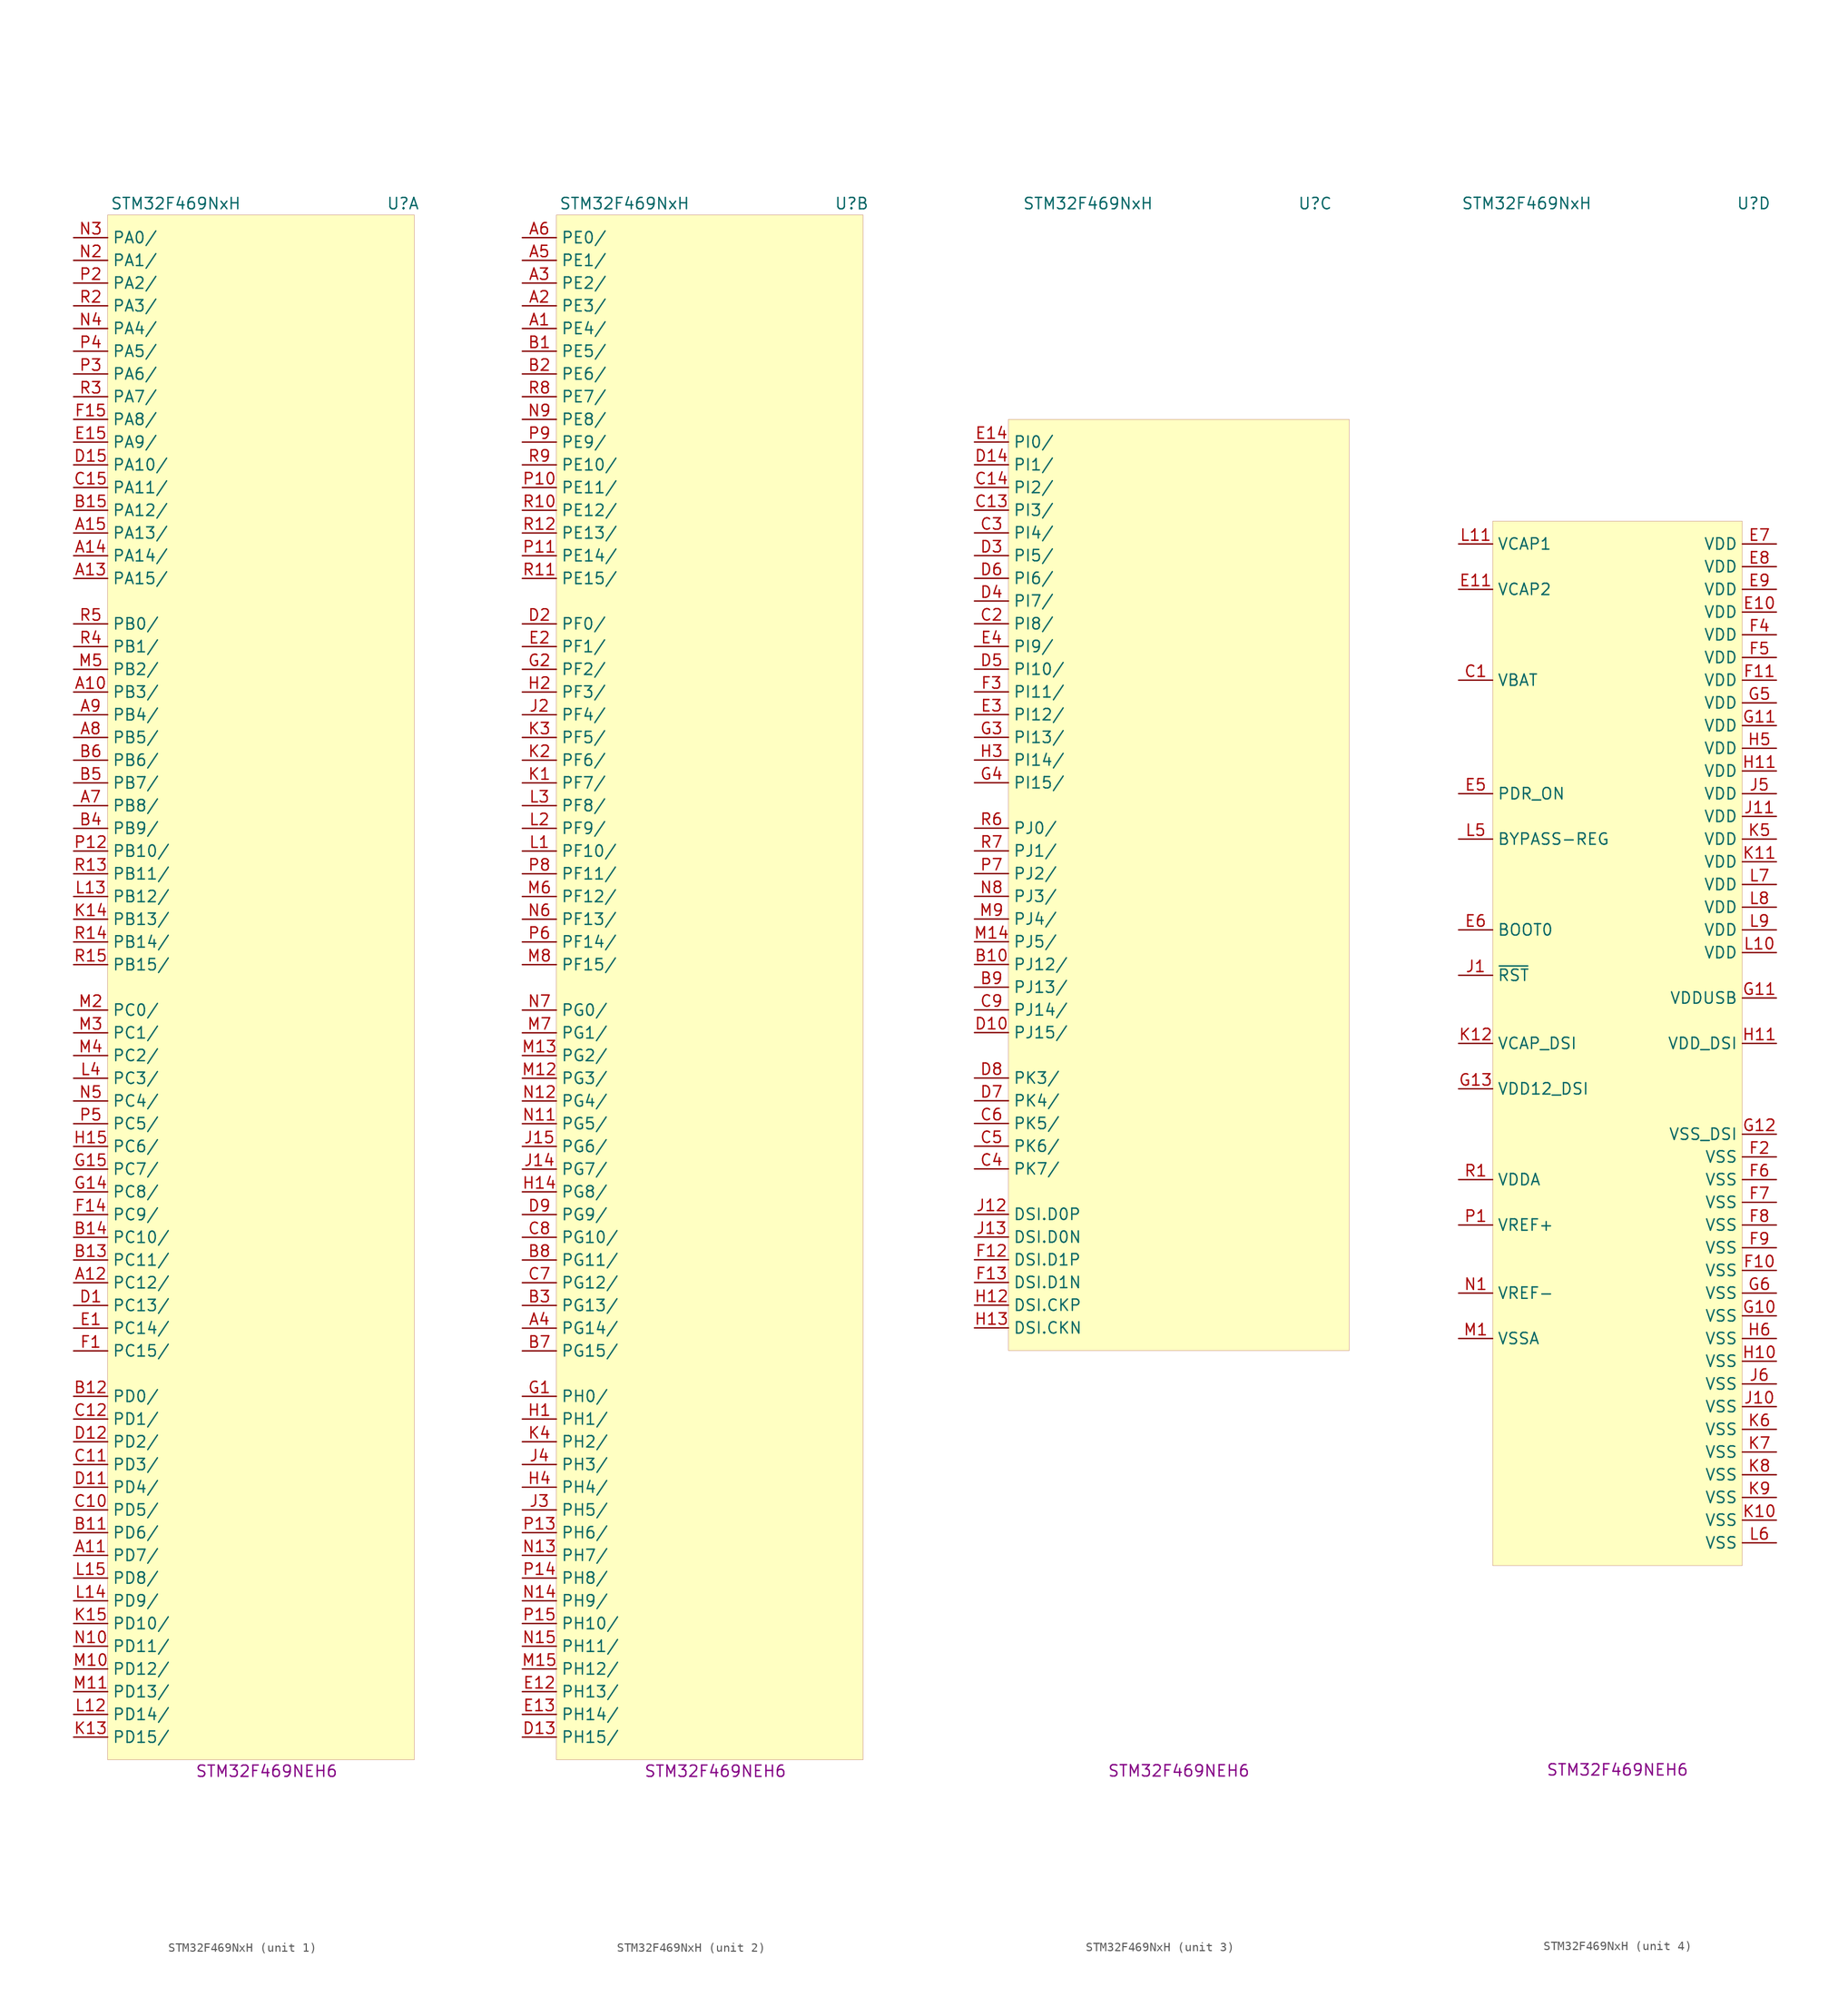
<source format=kicad_sym>
(kicad_symbol_lib
  (version 20231120)
  (generator "kicad_symbol_editor")
  (generator_version "8.0")
  (symbol "STM32F469NxH"
    (property "Reference" "U"
      (at 15.24 87.63 0)
      (effects (font (size 1.27 1.27))))
    (property "Value" "STM32F469NxH"
      (at -10.16 87.63 0)
      (effects (font (size 1.27 1.27))))
    (property "MPN" "STM32F469NEH6"
      (at 0 -87.63 0)
      (effects (font (size 1.27 1.27))))
    (property "ki_locked" ""
      (at 0 0 0)
      (effects (font (size 1.27 1.27))))
    (symbol "STM32F469NxH_1_1"
      (rectangle (start -17.78 86.36) (end 16.51 -86.36) (stroke (width 0.001) (type default)) (fill (type background)))
      (pin bidirectional line (at -21.59 33.02 0) (length 3.81) (name "PB3/" (effects (font (size 1.27 1.27)))) (number "A10" (effects (font (size 1.27 1.27)))))
      (pin bidirectional line (at -21.59 -63.5 0) (length 3.81) (name "PD7/" (effects (font (size 1.27 1.27)))) (number "A11" (effects (font (size 1.27 1.27)))))
      (pin bidirectional line (at -21.59 -33.02 0) (length 3.81) (name "PC12/" (effects (font (size 1.27 1.27)))) (number "A12" (effects (font (size 1.27 1.27)))))
      (pin bidirectional line (at -21.59 45.72 0) (length 3.81) (name "PA15/" (effects (font (size 1.27 1.27)))) (number "A13" (effects (font (size 1.27 1.27)))))
      (pin bidirectional line (at -21.59 48.26 0) (length 3.81) (name "PA14/" (effects (font (size 1.27 1.27)))) (number "A14" (effects (font (size 1.27 1.27)))))
      (pin bidirectional line (at -21.59 50.8 0) (length 3.81) (name "PA13/" (effects (font (size 1.27 1.27)))) (number "A15" (effects (font (size 1.27 1.27)))))
      (pin bidirectional line (at -21.59 20.32 0) (length 3.81) (name "PB8/" (effects (font (size 1.27 1.27)))) (number "A7" (effects (font (size 1.27 1.27)))))
      (pin bidirectional line (at -21.59 27.94 0) (length 3.81) (name "PB5/" (effects (font (size 1.27 1.27)))) (number "A8" (effects (font (size 1.27 1.27)))))
      (pin bidirectional line (at -21.59 30.48 0) (length 3.81) (name "PB4/" (effects (font (size 1.27 1.27)))) (number "A9" (effects (font (size 1.27 1.27)))))
      (pin bidirectional line (at -21.59 -60.96 0) (length 3.81) (name "PD6/" (effects (font (size 1.27 1.27)))) (number "B11" (effects (font (size 1.27 1.27)))))
      (pin bidirectional line (at -21.59 -45.72 0) (length 3.81) (name "PD0/" (effects (font (size 1.27 1.27)))) (number "B12" (effects (font (size 1.27 1.27)))))
      (pin bidirectional line (at -21.59 -30.48 0) (length 3.81) (name "PC11/" (effects (font (size 1.27 1.27)))) (number "B13" (effects (font (size 1.27 1.27)))))
      (pin bidirectional line (at -21.59 -27.94 0) (length 3.81) (name "PC10/" (effects (font (size 1.27 1.27)))) (number "B14" (effects (font (size 1.27 1.27)))))
      (pin bidirectional line (at -21.59 53.34 0) (length 3.81) (name "PA12/" (effects (font (size 1.27 1.27)))) (number "B15" (effects (font (size 1.27 1.27)))))
      (pin bidirectional line (at -21.59 17.78 0) (length 3.81) (name "PB9/" (effects (font (size 1.27 1.27)))) (number "B4" (effects (font (size 1.27 1.27)))))
      (pin bidirectional line (at -21.59 22.86 0) (length 3.81) (name "PB7/" (effects (font (size 1.27 1.27)))) (number "B5" (effects (font (size 1.27 1.27)))))
      (pin bidirectional line (at -21.59 25.4 0) (length 3.81) (name "PB6/" (effects (font (size 1.27 1.27)))) (number "B6" (effects (font (size 1.27 1.27)))))
      (pin bidirectional line (at -21.59 -58.42 0) (length 3.81) (name "PD5/" (effects (font (size 1.27 1.27)))) (number "C10" (effects (font (size 1.27 1.27)))))
      (pin bidirectional line (at -21.59 -53.34 0) (length 3.81) (name "PD3/" (effects (font (size 1.27 1.27)))) (number "C11" (effects (font (size 1.27 1.27)))))
      (pin bidirectional line (at -21.59 -48.26 0) (length 3.81) (name "PD1/" (effects (font (size 1.27 1.27)))) (number "C12" (effects (font (size 1.27 1.27)))))
      (pin bidirectional line (at -21.59 55.88 0) (length 3.81) (name "PA11/" (effects (font (size 1.27 1.27)))) (number "C15" (effects (font (size 1.27 1.27)))))
      (pin bidirectional line (at -21.59 -35.56 0) (length 3.81) (name "PC13/" (effects (font (size 1.27 1.27)))) (number "D1" (effects (font (size 1.27 1.27)))))
      (pin bidirectional line (at -21.59 -55.88 0) (length 3.81) (name "PD4/" (effects (font (size 1.27 1.27)))) (number "D11" (effects (font (size 1.27 1.27)))))
      (pin bidirectional line (at -21.59 -50.8 0) (length 3.81) (name "PD2/" (effects (font (size 1.27 1.27)))) (number "D12" (effects (font (size 1.27 1.27)))))
      (pin bidirectional line (at -21.59 58.42 0) (length 3.81) (name "PA10/" (effects (font (size 1.27 1.27)))) (number "D15" (effects (font (size 1.27 1.27)))))
      (pin bidirectional line (at -21.59 -38.1 0) (length 3.81) (name "PC14/" (effects (font (size 1.27 1.27)))) (number "E1" (effects (font (size 1.27 1.27)))))
      (pin bidirectional line (at -21.59 60.96 0) (length 3.81) (name "PA9/" (effects (font (size 1.27 1.27)))) (number "E15" (effects (font (size 1.27 1.27)))))
      (pin bidirectional line (at -21.59 -40.64 0) (length 3.81) (name "PC15/" (effects (font (size 1.27 1.27)))) (number "F1" (effects (font (size 1.27 1.27)))))
      (pin bidirectional line (at -21.59 -25.4 0) (length 3.81) (name "PC9/" (effects (font (size 1.27 1.27)))) (number "F14" (effects (font (size 1.27 1.27)))))
      (pin bidirectional line (at -21.59 63.5 0) (length 3.81) (name "PA8/" (effects (font (size 1.27 1.27)))) (number "F15" (effects (font (size 1.27 1.27)))))
      (pin bidirectional line (at -21.59 -22.86 0) (length 3.81) (name "PC8/" (effects (font (size 1.27 1.27)))) (number "G14" (effects (font (size 1.27 1.27)))))
      (pin bidirectional line (at -21.59 -20.32 0) (length 3.81) (name "PC7/" (effects (font (size 1.27 1.27)))) (number "G15" (effects (font (size 1.27 1.27)))))
      (pin bidirectional line (at -21.59 -17.78 0) (length 3.81) (name "PC6/" (effects (font (size 1.27 1.27)))) (number "H15" (effects (font (size 1.27 1.27)))))
      (pin bidirectional line (at -21.59 -83.82 0) (length 3.81) (name "PD15/" (effects (font (size 1.27 1.27)))) (number "K13" (effects (font (size 1.27 1.27)))))
      (pin bidirectional line (at -21.59 7.62 0) (length 3.81) (name "PB13/" (effects (font (size 1.27 1.27)))) (number "K14" (effects (font (size 1.27 1.27)))))
      (pin bidirectional line (at -21.59 -71.12 0) (length 3.81) (name "PD10/" (effects (font (size 1.27 1.27)))) (number "K15" (effects (font (size 1.27 1.27)))))
      (pin bidirectional line (at -21.59 -81.28 0) (length 3.81) (name "PD14/" (effects (font (size 1.27 1.27)))) (number "L12" (effects (font (size 1.27 1.27)))))
      (pin bidirectional line (at -21.59 10.16 0) (length 3.81) (name "PB12/" (effects (font (size 1.27 1.27)))) (number "L13" (effects (font (size 1.27 1.27)))))
      (pin bidirectional line (at -21.59 -68.58 0) (length 3.81) (name "PD9/" (effects (font (size 1.27 1.27)))) (number "L14" (effects (font (size 1.27 1.27)))))
      (pin bidirectional line (at -21.59 -66.04 0) (length 3.81) (name "PD8/" (effects (font (size 1.27 1.27)))) (number "L15" (effects (font (size 1.27 1.27)))))
      (pin bidirectional line (at -21.59 -10.16 0) (length 3.81) (name "PC3/" (effects (font (size 1.27 1.27)))) (number "L4" (effects (font (size 1.27 1.27)))))
      (pin bidirectional line (at -21.59 -76.2 0) (length 3.81) (name "PD12/" (effects (font (size 1.27 1.27)))) (number "M10" (effects (font (size 1.27 1.27)))))
      (pin bidirectional line (at -21.59 -78.74 0) (length 3.81) (name "PD13/" (effects (font (size 1.27 1.27)))) (number "M11" (effects (font (size 1.27 1.27)))))
      (pin bidirectional line (at -21.59 -2.54 0) (length 3.81) (name "PC0/" (effects (font (size 1.27 1.27)))) (number "M2" (effects (font (size 1.27 1.27)))))
      (pin bidirectional line (at -21.59 -5.08 0) (length 3.81) (name "PC1/" (effects (font (size 1.27 1.27)))) (number "M3" (effects (font (size 1.27 1.27)))))
      (pin bidirectional line (at -21.59 -7.62 0) (length 3.81) (name "PC2/" (effects (font (size 1.27 1.27)))) (number "M4" (effects (font (size 1.27 1.27)))))
      (pin bidirectional line (at -21.59 35.56 0) (length 3.81) (name "PB2/" (effects (font (size 1.27 1.27)))) (number "M5" (effects (font (size 1.27 1.27)))))
      (pin bidirectional line (at -21.59 -73.66 0) (length 3.81) (name "PD11/" (effects (font (size 1.27 1.27)))) (number "N10" (effects (font (size 1.27 1.27)))))
      (pin bidirectional line (at -21.59 81.28 0) (length 3.81) (name "PA1/" (effects (font (size 1.27 1.27)))) (number "N2" (effects (font (size 1.27 1.27)))))
      (pin bidirectional line (at -21.59 83.82 0) (length 3.81) (name "PA0/" (effects (font (size 1.27 1.27)))) (number "N3" (effects (font (size 1.27 1.27)))))
      (pin bidirectional line (at -21.59 73.66 0) (length 3.81) (name "PA4/" (effects (font (size 1.27 1.27)))) (number "N4" (effects (font (size 1.27 1.27)))))
      (pin bidirectional line (at -21.59 -12.7 0) (length 3.81) (name "PC4/" (effects (font (size 1.27 1.27)))) (number "N5" (effects (font (size 1.27 1.27)))))
      (pin bidirectional line (at -21.59 15.24 0) (length 3.81) (name "PB10/" (effects (font (size 1.27 1.27)))) (number "P12" (effects (font (size 1.27 1.27)))))
      (pin bidirectional line (at -21.59 78.74 0) (length 3.81) (name "PA2/" (effects (font (size 1.27 1.27)))) (number "P2" (effects (font (size 1.27 1.27)))))
      (pin bidirectional line (at -21.59 68.58 0) (length 3.81) (name "PA6/" (effects (font (size 1.27 1.27)))) (number "P3" (effects (font (size 1.27 1.27)))))
      (pin bidirectional line (at -21.59 71.12 0) (length 3.81) (name "PA5/" (effects (font (size 1.27 1.27)))) (number "P4" (effects (font (size 1.27 1.27)))))
      (pin bidirectional line (at -21.59 -15.24 0) (length 3.81) (name "PC5/" (effects (font (size 1.27 1.27)))) (number "P5" (effects (font (size 1.27 1.27)))))
      (pin bidirectional line (at -21.59 12.7 0) (length 3.81) (name "PB11/" (effects (font (size 1.27 1.27)))) (number "R13" (effects (font (size 1.27 1.27)))))
      (pin bidirectional line (at -21.59 5.08 0) (length 3.81) (name "PB14/" (effects (font (size 1.27 1.27)))) (number "R14" (effects (font (size 1.27 1.27)))))
      (pin bidirectional line (at -21.59 2.54 0) (length 3.81) (name "PB15/" (effects (font (size 1.27 1.27)))) (number "R15" (effects (font (size 1.27 1.27)))))
      (pin bidirectional line (at -21.59 76.2 0) (length 3.81) (name "PA3/" (effects (font (size 1.27 1.27)))) (number "R2" (effects (font (size 1.27 1.27)))))
      (pin bidirectional line (at -21.59 66.04 0) (length 3.81) (name "PA7/" (effects (font (size 1.27 1.27)))) (number "R3" (effects (font (size 1.27 1.27)))))
      (pin bidirectional line (at -21.59 38.1 0) (length 3.81) (name "PB1/" (effects (font (size 1.27 1.27)))) (number "R4" (effects (font (size 1.27 1.27)))))
      (pin bidirectional line (at -21.59 40.64 0) (length 3.81) (name "PB0/" (effects (font (size 1.27 1.27)))) (number "R5" (effects (font (size 1.27 1.27))))))
    (symbol "STM32F469NxH_2_1"
      (rectangle (start -17.78 86.36) (end 16.51 -86.36) (stroke (width 0.001) (type default)) (fill (type background)))
      (pin bidirectional line (at -21.59 73.66 0) (length 3.81) (name "PE4/" (effects (font (size 1.27 1.27)))) (number "A1" (effects (font (size 1.27 1.27)))))
      (pin bidirectional line (at -21.59 76.2 0) (length 3.81) (name "PE3/" (effects (font (size 1.27 1.27)))) (number "A2" (effects (font (size 1.27 1.27)))))
      (pin bidirectional line (at -21.59 78.74 0) (length 3.81) (name "PE2/" (effects (font (size 1.27 1.27)))) (number "A3" (effects (font (size 1.27 1.27)))))
      (pin bidirectional line (at -21.59 -38.1 0) (length 3.81) (name "PG14/" (effects (font (size 1.27 1.27)))) (number "A4" (effects (font (size 1.27 1.27)))))
      (pin bidirectional line (at -21.59 81.28 0) (length 3.81) (name "PE1/" (effects (font (size 1.27 1.27)))) (number "A5" (effects (font (size 1.27 1.27)))))
      (pin bidirectional line (at -21.59 83.82 0) (length 3.81) (name "PE0/" (effects (font (size 1.27 1.27)))) (number "A6" (effects (font (size 1.27 1.27)))))
      (pin bidirectional line (at -21.59 71.12 0) (length 3.81) (name "PE5/" (effects (font (size 1.27 1.27)))) (number "B1" (effects (font (size 1.27 1.27)))))
      (pin bidirectional line (at -21.59 68.58 0) (length 3.81) (name "PE6/" (effects (font (size 1.27 1.27)))) (number "B2" (effects (font (size 1.27 1.27)))))
      (pin bidirectional line (at -21.59 -35.56 0) (length 3.81) (name "PG13/" (effects (font (size 1.27 1.27)))) (number "B3" (effects (font (size 1.27 1.27)))))
      (pin bidirectional line (at -21.59 -40.64 0) (length 3.81) (name "PG15/" (effects (font (size 1.27 1.27)))) (number "B7" (effects (font (size 1.27 1.27)))))
      (pin bidirectional line (at -21.59 -30.48 0) (length 3.81) (name "PG11/" (effects (font (size 1.27 1.27)))) (number "B8" (effects (font (size 1.27 1.27)))))
      (pin bidirectional line (at -21.59 -33.02 0) (length 3.81) (name "PG12/" (effects (font (size 1.27 1.27)))) (number "C7" (effects (font (size 1.27 1.27)))))
      (pin bidirectional line (at -21.59 -27.94 0) (length 3.81) (name "PG10/" (effects (font (size 1.27 1.27)))) (number "C8" (effects (font (size 1.27 1.27)))))
      (pin bidirectional line (at -21.59 -83.82 0) (length 3.81) (name "PH15/" (effects (font (size 1.27 1.27)))) (number "D13" (effects (font (size 1.27 1.27)))))
      (pin bidirectional line (at -21.59 40.64 0) (length 3.81) (name "PF0/" (effects (font (size 1.27 1.27)))) (number "D2" (effects (font (size 1.27 1.27)))))
      (pin bidirectional line (at -21.59 -25.4 0) (length 3.81) (name "PG9/" (effects (font (size 1.27 1.27)))) (number "D9" (effects (font (size 1.27 1.27)))))
      (pin bidirectional line (at -21.59 -78.74 0) (length 3.81) (name "PH13/" (effects (font (size 1.27 1.27)))) (number "E12" (effects (font (size 1.27 1.27)))))
      (pin bidirectional line (at -21.59 -81.28 0) (length 3.81) (name "PH14/" (effects (font (size 1.27 1.27)))) (number "E13" (effects (font (size 1.27 1.27)))))
      (pin bidirectional line (at -21.59 38.1 0) (length 3.81) (name "PF1/" (effects (font (size 1.27 1.27)))) (number "E2" (effects (font (size 1.27 1.27)))))
      (pin bidirectional line (at -21.59 -45.72 0) (length 3.81) (name "PH0/" (effects (font (size 1.27 1.27)))) (number "G1" (effects (font (size 1.27 1.27)))))
      (pin bidirectional line (at -21.59 35.56 0) (length 3.81) (name "PF2/" (effects (font (size 1.27 1.27)))) (number "G2" (effects (font (size 1.27 1.27)))))
      (pin bidirectional line (at -21.59 -48.26 0) (length 3.81) (name "PH1/" (effects (font (size 1.27 1.27)))) (number "H1" (effects (font (size 1.27 1.27)))))
      (pin bidirectional line (at -21.59 -22.86 0) (length 3.81) (name "PG8/" (effects (font (size 1.27 1.27)))) (number "H14" (effects (font (size 1.27 1.27)))))
      (pin bidirectional line (at -21.59 33.02 0) (length 3.81) (name "PF3/" (effects (font (size 1.27 1.27)))) (number "H2" (effects (font (size 1.27 1.27)))))
      (pin bidirectional line (at -21.59 -55.88 0) (length 3.81) (name "PH4/" (effects (font (size 1.27 1.27)))) (number "H4" (effects (font (size 1.27 1.27)))))
      (pin bidirectional line (at -21.59 -20.32 0) (length 3.81) (name "PG7/" (effects (font (size 1.27 1.27)))) (number "J14" (effects (font (size 1.27 1.27)))))
      (pin bidirectional line (at -21.59 -17.78 0) (length 3.81) (name "PG6/" (effects (font (size 1.27 1.27)))) (number "J15" (effects (font (size 1.27 1.27)))))
      (pin bidirectional line (at -21.59 30.48 0) (length 3.81) (name "PF4/" (effects (font (size 1.27 1.27)))) (number "J2" (effects (font (size 1.27 1.27)))))
      (pin bidirectional line (at -21.59 -58.42 0) (length 3.81) (name "PH5/" (effects (font (size 1.27 1.27)))) (number "J3" (effects (font (size 1.27 1.27)))))
      (pin bidirectional line (at -21.59 -53.34 0) (length 3.81) (name "PH3/" (effects (font (size 1.27 1.27)))) (number "J4" (effects (font (size 1.27 1.27)))))
      (pin bidirectional line (at -21.59 22.86 0) (length 3.81) (name "PF7/" (effects (font (size 1.27 1.27)))) (number "K1" (effects (font (size 1.27 1.27)))))
      (pin bidirectional line (at -21.59 25.4 0) (length 3.81) (name "PF6/" (effects (font (size 1.27 1.27)))) (number "K2" (effects (font (size 1.27 1.27)))))
      (pin bidirectional line (at -21.59 27.94 0) (length 3.81) (name "PF5/" (effects (font (size 1.27 1.27)))) (number "K3" (effects (font (size 1.27 1.27)))))
      (pin bidirectional line (at -21.59 -50.8 0) (length 3.81) (name "PH2/" (effects (font (size 1.27 1.27)))) (number "K4" (effects (font (size 1.27 1.27)))))
      (pin bidirectional line (at -21.59 15.24 0) (length 3.81) (name "PF10/" (effects (font (size 1.27 1.27)))) (number "L1" (effects (font (size 1.27 1.27)))))
      (pin bidirectional line (at -21.59 17.78 0) (length 3.81) (name "PF9/" (effects (font (size 1.27 1.27)))) (number "L2" (effects (font (size 1.27 1.27)))))
      (pin bidirectional line (at -21.59 20.32 0) (length 3.81) (name "PF8/" (effects (font (size 1.27 1.27)))) (number "L3" (effects (font (size 1.27 1.27)))))
      (pin bidirectional line (at -21.59 -10.16 0) (length 3.81) (name "PG3/" (effects (font (size 1.27 1.27)))) (number "M12" (effects (font (size 1.27 1.27)))))
      (pin bidirectional line (at -21.59 -7.62 0) (length 3.81) (name "PG2/" (effects (font (size 1.27 1.27)))) (number "M13" (effects (font (size 1.27 1.27)))))
      (pin bidirectional line (at -21.59 -76.2 0) (length 3.81) (name "PH12/" (effects (font (size 1.27 1.27)))) (number "M15" (effects (font (size 1.27 1.27)))))
      (pin bidirectional line (at -21.59 10.16 0) (length 3.81) (name "PF12/" (effects (font (size 1.27 1.27)))) (number "M6" (effects (font (size 1.27 1.27)))))
      (pin bidirectional line (at -21.59 -5.08 0) (length 3.81) (name "PG1/" (effects (font (size 1.27 1.27)))) (number "M7" (effects (font (size 1.27 1.27)))))
      (pin bidirectional line (at -21.59 2.54 0) (length 3.81) (name "PF15/" (effects (font (size 1.27 1.27)))) (number "M8" (effects (font (size 1.27 1.27)))))
      (pin bidirectional line (at -21.59 -15.24 0) (length 3.81) (name "PG5/" (effects (font (size 1.27 1.27)))) (number "N11" (effects (font (size 1.27 1.27)))))
      (pin bidirectional line (at -21.59 -12.7 0) (length 3.81) (name "PG4/" (effects (font (size 1.27 1.27)))) (number "N12" (effects (font (size 1.27 1.27)))))
      (pin bidirectional line (at -21.59 -63.5 0) (length 3.81) (name "PH7/" (effects (font (size 1.27 1.27)))) (number "N13" (effects (font (size 1.27 1.27)))))
      (pin bidirectional line (at -21.59 -68.58 0) (length 3.81) (name "PH9/" (effects (font (size 1.27 1.27)))) (number "N14" (effects (font (size 1.27 1.27)))))
      (pin bidirectional line (at -21.59 -73.66 0) (length 3.81) (name "PH11/" (effects (font (size 1.27 1.27)))) (number "N15" (effects (font (size 1.27 1.27)))))
      (pin bidirectional line (at -21.59 7.62 0) (length 3.81) (name "PF13/" (effects (font (size 1.27 1.27)))) (number "N6" (effects (font (size 1.27 1.27)))))
      (pin bidirectional line (at -21.59 -2.54 0) (length 3.81) (name "PG0/" (effects (font (size 1.27 1.27)))) (number "N7" (effects (font (size 1.27 1.27)))))
      (pin bidirectional line (at -21.59 63.5 0) (length 3.81) (name "PE8/" (effects (font (size 1.27 1.27)))) (number "N9" (effects (font (size 1.27 1.27)))))
      (pin bidirectional line (at -21.59 55.88 0) (length 3.81) (name "PE11/" (effects (font (size 1.27 1.27)))) (number "P10" (effects (font (size 1.27 1.27)))))
      (pin bidirectional line (at -21.59 48.26 0) (length 3.81) (name "PE14/" (effects (font (size 1.27 1.27)))) (number "P11" (effects (font (size 1.27 1.27)))))
      (pin bidirectional line (at -21.59 -60.96 0) (length 3.81) (name "PH6/" (effects (font (size 1.27 1.27)))) (number "P13" (effects (font (size 1.27 1.27)))))
      (pin bidirectional line (at -21.59 -66.04 0) (length 3.81) (name "PH8/" (effects (font (size 1.27 1.27)))) (number "P14" (effects (font (size 1.27 1.27)))))
      (pin bidirectional line (at -21.59 -71.12 0) (length 3.81) (name "PH10/" (effects (font (size 1.27 1.27)))) (number "P15" (effects (font (size 1.27 1.27)))))
      (pin bidirectional line (at -21.59 5.08 0) (length 3.81) (name "PF14/" (effects (font (size 1.27 1.27)))) (number "P6" (effects (font (size 1.27 1.27)))))
      (pin bidirectional line (at -21.59 12.7 0) (length 3.81) (name "PF11/" (effects (font (size 1.27 1.27)))) (number "P8" (effects (font (size 1.27 1.27)))))
      (pin bidirectional line (at -21.59 60.96 0) (length 3.81) (name "PE9/" (effects (font (size 1.27 1.27)))) (number "P9" (effects (font (size 1.27 1.27)))))
      (pin bidirectional line (at -21.59 53.34 0) (length 3.81) (name "PE12/" (effects (font (size 1.27 1.27)))) (number "R10" (effects (font (size 1.27 1.27)))))
      (pin bidirectional line (at -21.59 45.72 0) (length 3.81) (name "PE15/" (effects (font (size 1.27 1.27)))) (number "R11" (effects (font (size 1.27 1.27)))))
      (pin bidirectional line (at -21.59 50.8 0) (length 3.81) (name "PE13/" (effects (font (size 1.27 1.27)))) (number "R12" (effects (font (size 1.27 1.27)))))
      (pin bidirectional line (at -21.59 66.04 0) (length 3.81) (name "PE7/" (effects (font (size 1.27 1.27)))) (number "R8" (effects (font (size 1.27 1.27)))))
      (pin bidirectional line (at -21.59 58.42 0) (length 3.81) (name "PE10/" (effects (font (size 1.27 1.27)))) (number "R9" (effects (font (size 1.27 1.27))))))
    (symbol "STM32F469NxH_3_1"
      (rectangle (start -19.05 63.5) (end 19.05 -40.64) (stroke (width 0.001) (type default)) (fill (type background)))
      (pin bidirectional line (at -22.86 2.54 0) (length 3.81) (name "PJ12/" (effects (font (size 1.27 1.27)))) (number "B10" (effects (font (size 1.27 1.27)))))
      (pin bidirectional line (at -22.86 0 0) (length 3.81) (name "PJ13/" (effects (font (size 1.27 1.27)))) (number "B9" (effects (font (size 1.27 1.27)))))
      (pin bidirectional line (at -22.86 53.34 0) (length 3.81) (name "PI3/" (effects (font (size 1.27 1.27)))) (number "C13" (effects (font (size 1.27 1.27)))))
      (pin bidirectional line (at -22.86 55.88 0) (length 3.81) (name "PI2/" (effects (font (size 1.27 1.27)))) (number "C14" (effects (font (size 1.27 1.27)))))
      (pin bidirectional line (at -22.86 40.64 0) (length 3.81) (name "PI8/" (effects (font (size 1.27 1.27)))) (number "C2" (effects (font (size 1.27 1.27)))))
      (pin bidirectional line (at -22.86 50.8 0) (length 3.81) (name "PI4/" (effects (font (size 1.27 1.27)))) (number "C3" (effects (font (size 1.27 1.27)))))
      (pin bidirectional line (at -22.86 -20.32 0) (length 3.81) (name "PK7/" (effects (font (size 1.27 1.27)))) (number "C4" (effects (font (size 1.27 1.27)))))
      (pin bidirectional line (at -22.86 -17.78 0) (length 3.81) (name "PK6/" (effects (font (size 1.27 1.27)))) (number "C5" (effects (font (size 1.27 1.27)))))
      (pin bidirectional line (at -22.86 -15.24 0) (length 3.81) (name "PK5/" (effects (font (size 1.27 1.27)))) (number "C6" (effects (font (size 1.27 1.27)))))
      (pin bidirectional line (at -22.86 -2.54 0) (length 3.81) (name "PJ14/" (effects (font (size 1.27 1.27)))) (number "C9" (effects (font (size 1.27 1.27)))))
      (pin bidirectional line (at -22.86 -5.08 0) (length 3.81) (name "PJ15/" (effects (font (size 1.27 1.27)))) (number "D10" (effects (font (size 1.27 1.27)))))
      (pin bidirectional line (at -22.86 58.42 0) (length 3.81) (name "PI1/" (effects (font (size 1.27 1.27)))) (number "D14" (effects (font (size 1.27 1.27)))))
      (pin bidirectional line (at -22.86 48.26 0) (length 3.81) (name "PI5/" (effects (font (size 1.27 1.27)))) (number "D3" (effects (font (size 1.27 1.27)))))
      (pin bidirectional line (at -22.86 43.18 0) (length 3.81) (name "PI7/" (effects (font (size 1.27 1.27)))) (number "D4" (effects (font (size 1.27 1.27)))))
      (pin bidirectional line (at -22.86 35.56 0) (length 3.81) (name "PI10/" (effects (font (size 1.27 1.27)))) (number "D5" (effects (font (size 1.27 1.27)))))
      (pin bidirectional line (at -22.86 45.72 0) (length 3.81) (name "PI6/" (effects (font (size 1.27 1.27)))) (number "D6" (effects (font (size 1.27 1.27)))))
      (pin bidirectional line (at -22.86 -12.7 0) (length 3.81) (name "PK4/" (effects (font (size 1.27 1.27)))) (number "D7" (effects (font (size 1.27 1.27)))))
      (pin bidirectional line (at -22.86 -10.16 0) (length 3.81) (name "PK3/" (effects (font (size 1.27 1.27)))) (number "D8" (effects (font (size 1.27 1.27)))))
      (pin bidirectional line (at -22.86 60.96 0) (length 3.81) (name "PI0/" (effects (font (size 1.27 1.27)))) (number "E14" (effects (font (size 1.27 1.27)))))
      (pin bidirectional line (at -22.86 30.48 0) (length 3.81) (name "PI12/" (effects (font (size 1.27 1.27)))) (number "E3" (effects (font (size 1.27 1.27)))))
      (pin bidirectional line (at -22.86 38.1 0) (length 3.81) (name "PI9/" (effects (font (size 1.27 1.27)))) (number "E4" (effects (font (size 1.27 1.27)))))
      (pin bidirectional line (at -22.86 -30.48 0) (length 3.81) (name "DSI.D1P" (effects (font (size 1.27 1.27)))) (number "F12" (effects (font (size 1.27 1.27)))))
      (pin bidirectional line (at -22.86 -33.02 0) (length 3.81) (name "DSI.D1N" (effects (font (size 1.27 1.27)))) (number "F13" (effects (font (size 1.27 1.27)))))
      (pin bidirectional line (at -22.86 33.02 0) (length 3.81) (name "PI11/" (effects (font (size 1.27 1.27)))) (number "F3" (effects (font (size 1.27 1.27)))))
      (pin bidirectional line (at -22.86 27.94 0) (length 3.81) (name "PI13/" (effects (font (size 1.27 1.27)))) (number "G3" (effects (font (size 1.27 1.27)))))
      (pin bidirectional line (at -22.86 22.86 0) (length 3.81) (name "PI15/" (effects (font (size 1.27 1.27)))) (number "G4" (effects (font (size 1.27 1.27)))))
      (pin bidirectional line (at -22.86 -35.56 0) (length 3.81) (name "DSI.CKP" (effects (font (size 1.27 1.27)))) (number "H12" (effects (font (size 1.27 1.27)))))
      (pin bidirectional line (at -22.86 -38.1 0) (length 3.81) (name "DSI.CKN" (effects (font (size 1.27 1.27)))) (number "H13" (effects (font (size 1.27 1.27)))))
      (pin bidirectional line (at -22.86 25.4 0) (length 3.81) (name "PI14/" (effects (font (size 1.27 1.27)))) (number "H3" (effects (font (size 1.27 1.27)))))
      (pin bidirectional line (at -22.86 -25.4 0) (length 3.81) (name "DSI.D0P" (effects (font (size 1.27 1.27)))) (number "J12" (effects (font (size 1.27 1.27)))))
      (pin bidirectional line (at -22.86 -27.94 0) (length 3.81) (name "DSI.D0N" (effects (font (size 1.27 1.27)))) (number "J13" (effects (font (size 1.27 1.27)))))
      (pin bidirectional line (at -22.86 5.08 0) (length 3.81) (name "PJ5/" (effects (font (size 1.27 1.27)))) (number "M14" (effects (font (size 1.27 1.27)))))
      (pin bidirectional line (at -22.86 7.62 0) (length 3.81) (name "PJ4/" (effects (font (size 1.27 1.27)))) (number "M9" (effects (font (size 1.27 1.27)))))
      (pin bidirectional line (at -22.86 10.16 0) (length 3.81) (name "PJ3/" (effects (font (size 1.27 1.27)))) (number "N8" (effects (font (size 1.27 1.27)))))
      (pin bidirectional line (at -22.86 12.7 0) (length 3.81) (name "PJ2/" (effects (font (size 1.27 1.27)))) (number "P7" (effects (font (size 1.27 1.27)))))
      (pin bidirectional line (at -22.86 17.78 0) (length 3.81) (name "PJ0/" (effects (font (size 1.27 1.27)))) (number "R6" (effects (font (size 1.27 1.27)))))
      (pin bidirectional line (at -22.86 15.24 0) (length 3.81) (name "PJ1/" (effects (font (size 1.27 1.27)))) (number "R7" (effects (font (size 1.27 1.27))))))
    (symbol "STM32F469NxH_4_1"
      (rectangle (start -13.97 52.07) (end 13.97 -64.77) (stroke (width 0.001) (type default)) (fill (type background)))
      (pin power_in line (at -17.78 34.29 0) (length 3.81) (name "VBAT" (effects (font (size 1.27 1.27)))) (number "C1" (effects (font (size 1.27 1.27)))))
      (pin power_in line (at 17.78 41.91 180) (length 3.81) (name "VDD" (effects (font (size 1.27 1.27)))) (number "E10" (effects (font (size 1.27 1.27)))))
      (pin power_in line (at -17.78 44.45 0) (length 3.81) (name "VCAP2" (effects (font (size 1.27 1.27)))) (number "E11" (effects (font (size 1.27 1.27)))))
      (pin input line (at -17.78 21.59 0) (length 3.81) (name "PDR_ON" (effects (font (size 1.27 1.27)))) (number "E5" (effects (font (size 1.27 1.27)))))
      (pin input line (at -17.78 6.35 0) (length 3.81) (name "BOOT0" (effects (font (size 1.27 1.27)))) (number "E6" (effects (font (size 1.27 1.27)))))
      (pin power_in line (at 17.78 49.53 180) (length 3.81) (name "VDD" (effects (font (size 1.27 1.27)))) (number "E7" (effects (font (size 1.27 1.27)))))
      (pin power_in line (at 17.78 46.99 180) (length 3.81) (name "VDD" (effects (font (size 1.27 1.27)))) (number "E8" (effects (font (size 1.27 1.27)))))
      (pin power_in line (at 17.78 44.45 180) (length 3.81) (name "VDD" (effects (font (size 1.27 1.27)))) (number "E9" (effects (font (size 1.27 1.27)))))
      (pin power_in line (at 17.78 -31.75 180) (length 3.81) (name "VSS" (effects (font (size 1.27 1.27)))) (number "F10" (effects (font (size 1.27 1.27)))))
      (pin power_in line (at 17.78 34.29 180) (length 3.81) (name "VDD" (effects (font (size 1.27 1.27)))) (number "F11" (effects (font (size 1.27 1.27)))))
      (pin power_in line (at 17.78 -19.05 180) (length 3.81) (name "VSS" (effects (font (size 1.27 1.27)))) (number "F2" (effects (font (size 1.27 1.27)))))
      (pin power_in line (at 17.78 39.37 180) (length 3.81) (name "VDD" (effects (font (size 1.27 1.27)))) (number "F4" (effects (font (size 1.27 1.27)))))
      (pin power_in line (at 17.78 36.83 180) (length 3.81) (name "VDD" (effects (font (size 1.27 1.27)))) (number "F5" (effects (font (size 1.27 1.27)))))
      (pin power_in line (at 17.78 -21.59 180) (length 3.81) (name "VSS" (effects (font (size 1.27 1.27)))) (number "F6" (effects (font (size 1.27 1.27)))))
      (pin power_in line (at 17.78 -24.13 180) (length 3.81) (name "VSS" (effects (font (size 1.27 1.27)))) (number "F7" (effects (font (size 1.27 1.27)))))
      (pin power_in line (at 17.78 -26.67 180) (length 3.81) (name "VSS" (effects (font (size 1.27 1.27)))) (number "F8" (effects (font (size 1.27 1.27)))))
      (pin power_in line (at 17.78 -29.21 180) (length 3.81) (name "VSS" (effects (font (size 1.27 1.27)))) (number "F9" (effects (font (size 1.27 1.27)))))
      (pin power_in line (at 17.78 -36.83 180) (length 3.81) (name "VSS" (effects (font (size 1.27 1.27)))) (number "G10" (effects (font (size 1.27 1.27)))))
      (pin power_in line (at 17.78 29.21 180) (length 3.81) (name "VDD" (effects (font (size 1.27 1.27)))) (number "G11" (effects (font (size 1.27 1.27)))))
      (pin power_in line (at 17.78 -1.27 180) (length 3.81) (name "VDDUSB" (effects (font (size 1.27 1.27)))) (number "G11" (effects (font (size 1.27 1.27)))))
      (pin power_in line (at 17.78 -16.51 180) (length 3.81) (name "VSS_DSI" (effects (font (size 1.27 1.27)))) (number "G12" (effects (font (size 1.27 1.27)))))
      (pin power_in line (at -17.78 -11.43 0) (length 3.81) (name "VDD12_DSI" (effects (font (size 1.27 1.27)))) (number "G13" (effects (font (size 1.27 1.27)))))
      (pin power_in line (at 17.78 31.75 180) (length 3.81) (name "VDD" (effects (font (size 1.27 1.27)))) (number "G5" (effects (font (size 1.27 1.27)))))
      (pin power_in line (at 17.78 -34.29 180) (length 3.81) (name "VSS" (effects (font (size 1.27 1.27)))) (number "G6" (effects (font (size 1.27 1.27)))))
      (pin power_in line (at 17.78 -41.91 180) (length 3.81) (name "VSS" (effects (font (size 1.27 1.27)))) (number "H10" (effects (font (size 1.27 1.27)))))
      (pin power_in line (at 17.78 24.13 180) (length 3.81) (name "VDD" (effects (font (size 1.27 1.27)))) (number "H11" (effects (font (size 1.27 1.27)))))
      (pin power_in line (at 17.78 -6.35 180) (length 3.81) (name "VDD_DSI" (effects (font (size 1.27 1.27)))) (number "H11" (effects (font (size 1.27 1.27)))))
      (pin power_in line (at 17.78 26.67 180) (length 3.81) (name "VDD" (effects (font (size 1.27 1.27)))) (number "H5" (effects (font (size 1.27 1.27)))))
      (pin power_in line (at 17.78 -39.37 180) (length 3.81) (name "VSS" (effects (font (size 1.27 1.27)))) (number "H6" (effects (font (size 1.27 1.27)))))
      (pin input line (at -17.78 1.27 0) (length 3.81) (name "~{RST}" (effects (font (size 1.27 1.27)))) (number "J1" (effects (font (size 1.27 1.27)))))
      (pin power_in line (at 17.78 -46.99 180) (length 3.81) (name "VSS" (effects (font (size 1.27 1.27)))) (number "J10" (effects (font (size 1.27 1.27)))))
      (pin power_in line (at 17.78 19.05 180) (length 3.81) (name "VDD" (effects (font (size 1.27 1.27)))) (number "J11" (effects (font (size 1.27 1.27)))))
      (pin power_in line (at 17.78 21.59 180) (length 3.81) (name "VDD" (effects (font (size 1.27 1.27)))) (number "J5" (effects (font (size 1.27 1.27)))))
      (pin power_in line (at 17.78 -44.45 180) (length 3.81) (name "VSS" (effects (font (size 1.27 1.27)))) (number "J6" (effects (font (size 1.27 1.27)))))
      (pin power_in line (at 17.78 -59.69 180) (length 3.81) (name "VSS" (effects (font (size 1.27 1.27)))) (number "K10" (effects (font (size 1.27 1.27)))))
      (pin power_in line (at 17.78 13.97 180) (length 3.81) (name "VDD" (effects (font (size 1.27 1.27)))) (number "K11" (effects (font (size 1.27 1.27)))))
      (pin power_out line (at -17.78 -6.35 0) (length 3.81) (name "VCAP_DSI" (effects (font (size 1.27 1.27)))) (number "K12" (effects (font (size 1.27 1.27)))))
      (pin power_in line (at 17.78 16.51 180) (length 3.81) (name "VDD" (effects (font (size 1.27 1.27)))) (number "K5" (effects (font (size 1.27 1.27)))))
      (pin power_in line (at 17.78 -49.53 180) (length 3.81) (name "VSS" (effects (font (size 1.27 1.27)))) (number "K6" (effects (font (size 1.27 1.27)))))
      (pin power_in line (at 17.78 -52.07 180) (length 3.81) (name "VSS" (effects (font (size 1.27 1.27)))) (number "K7" (effects (font (size 1.27 1.27)))))
      (pin power_in line (at 17.78 -54.61 180) (length 3.81) (name "VSS" (effects (font (size 1.27 1.27)))) (number "K8" (effects (font (size 1.27 1.27)))))
      (pin power_in line (at 17.78 -57.15 180) (length 3.81) (name "VSS" (effects (font (size 1.27 1.27)))) (number "K9" (effects (font (size 1.27 1.27)))))
      (pin power_in line (at 17.78 3.81 180) (length 3.81) (name "VDD" (effects (font (size 1.27 1.27)))) (number "L10" (effects (font (size 1.27 1.27)))))
      (pin power_in line (at -17.78 49.53 0) (length 3.81) (name "VCAP1" (effects (font (size 1.27 1.27)))) (number "L11" (effects (font (size 1.27 1.27)))))
      (pin input line (at -17.78 16.51 0) (length 3.81) (name "BYPASS-REG" (effects (font (size 1.27 1.27)))) (number "L5" (effects (font (size 1.27 1.27)))))
      (pin power_in line (at 17.78 -62.23 180) (length 3.81) (name "VSS" (effects (font (size 1.27 1.27)))) (number "L6" (effects (font (size 1.27 1.27)))))
      (pin power_in line (at 17.78 11.43 180) (length 3.81) (name "VDD" (effects (font (size 1.27 1.27)))) (number "L7" (effects (font (size 1.27 1.27)))))
      (pin power_in line (at 17.78 8.89 180) (length 3.81) (name "VDD" (effects (font (size 1.27 1.27)))) (number "L8" (effects (font (size 1.27 1.27)))))
      (pin power_in line (at 17.78 6.35 180) (length 3.81) (name "VDD" (effects (font (size 1.27 1.27)))) (number "L9" (effects (font (size 1.27 1.27)))))
      (pin power_in line (at -17.78 -39.37 0) (length 3.81) (name "VSSA" (effects (font (size 1.27 1.27)))) (number "M1" (effects (font (size 1.27 1.27)))))
      (pin power_in line (at -17.78 -34.29 0) (length 3.81) (name "VREF-" (effects (font (size 1.27 1.27)))) (number "N1" (effects (font (size 1.27 1.27)))))
      (pin power_in line (at -17.78 -26.67 0) (length 3.81) (name "VREF+" (effects (font (size 1.27 1.27)))) (number "P1" (effects (font (size 1.27 1.27)))))
      (pin power_in line (at -17.78 -21.59 0) (length 3.81) (name "VDDA" (effects (font (size 1.27 1.27)))) (number "R1" (effects (font (size 1.27 1.27))))))))
</source>
